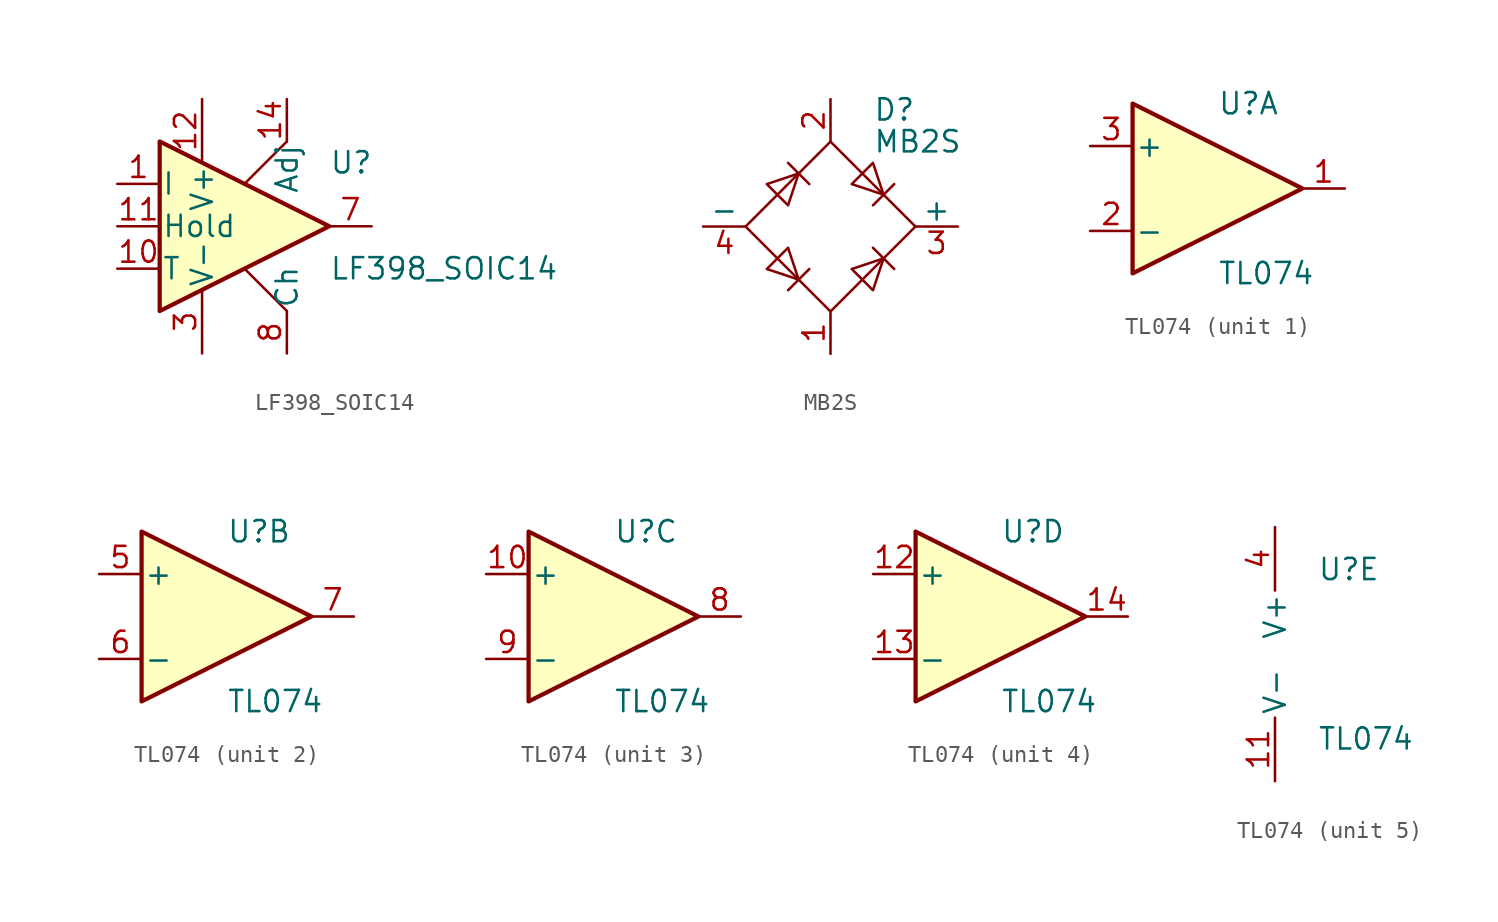
<source format=kicad_sym>
(kicad_symbol_lib
  (version 20201005)
  (generator kicad_symbol_editor)
  (symbol "custom_ic:LF398_SOIC14"
    (pin_names
      (offset 0.127))
    (property "Reference" "U"
      (at 5.08 3.81 0)
      (effects (font (size 1.27 1.27)) (justify left)))
    (property "Value" "LF398_SOIC14"
      (at 5.08 -2.54 0)
      (effects (font (size 1.27 1.27)) (justify left)))
    (symbol "LF398_SOIC14_0_1"
      (polyline (pts (xy 0 -2.54) (xy 2.54 -5.08)) (stroke (width 0)) (fill (type none)))
      (polyline (pts (xy 2.54 5.08) (xy 0 2.54)) (stroke (width 0)) (fill (type none)))
      (polyline (pts (xy -5.08 5.08) (xy 5.08 0) (xy -5.08 -5.08) (xy -5.08 5.08)) (stroke (width 0.254)) (fill (type background))))
    (symbol "LF398_SOIC14_1_1"
      (pin input line (at -7.62 2.54 0) (length 2.54) (name "I" (effects (font (size 1.27 1.27)))) (number "1" (effects (font (size 1.27 1.27)))))
      (pin passive line (at -7.62 -2.54 0) (length 2.54) (name "T" (effects (font (size 1.27 1.27)))) (number "10" (effects (font (size 1.27 1.27)))))
      (pin input line (at -7.62 0 0) (length 2.54) (name "Hold" (effects (font (size 1.27 1.27)))) (number "11" (effects (font (size 1.27 1.27)))))
      (pin passive line (at -2.54 7.62 270) (length 3.81) (name "V+" (effects (font (size 1.27 1.27)))) (number "12" (effects (font (size 1.27 1.27)))))
      (pin unconnected line (at 0 -2.54 90) (length 2.54) hide (name "NC" (effects (font (size 1.27 1.27)))) (number "13" (effects (font (size 1.27 1.27)))))
      (pin passive line (at 2.54 7.62 270) (length 2.54) (name "Adj" (effects (font (size 1.27 1.27)))) (number "14" (effects (font (size 1.27 1.27)))))
      (pin unconnected line (at -5.08 2.54 270) (length 2.54) hide (name "NC" (effects (font (size 1.27 1.27)))) (number "2" (effects (font (size 1.27 1.27)))))
      (pin passive line (at -2.54 -7.62 90) (length 3.81) (name "V-" (effects (font (size 1.27 1.27)))) (number "3" (effects (font (size 1.27 1.27)))))
      (pin unconnected line (at -2.54 2.54 270) (length 2.54) hide (name "NC" (effects (font (size 1.27 1.27)))) (number "4" (effects (font (size 1.27 1.27)))))
      (pin unconnected line (at -5.08 -2.54 90) (length 2.54) hide (name "NC" (effects (font (size 1.27 1.27)))) (number "5" (effects (font (size 1.27 1.27)))))
      (pin unconnected line (at -2.54 -2.54 90) (length 2.54) hide (name "NC" (effects (font (size 1.27 1.27)))) (number "6" (effects (font (size 1.27 1.27)))))
      (pin output line (at 7.62 0 180) (length 2.54) (name "~" (effects (font (size 1.27 1.27)))) (number "7" (effects (font (size 1.27 1.27)))))
      (pin passive line (at 2.54 -7.62 90) (length 2.54) (name "Ch" (effects (font (size 1.27 1.27)))) (number "8" (effects (font (size 1.27 1.27)))))
      (pin unconnected line (at 0 2.54 270) (length 2.54) hide (name "NC" (effects (font (size 1.27 1.27)))) (number "9" (effects (font (size 1.27 1.27)))))))
  (symbol "custom_ic:MB2S"
    (pin_names
      (offset 0))
    (property "Reference" "D"
      (at 2.54 6.985 0)
      (effects (font (size 1.27 1.27)) (justify left)))
    (property "Value" "MB2S"
      (at 2.54 5.08 0)
      (effects (font (size 1.27 1.27)) (justify left)))
    (symbol "MB2S_0_1"
      (polyline (pts (xy -2.54 3.81) (xy -1.27 2.54)) (stroke (width 0)) (fill (type none)))
      (polyline (pts (xy -1.27 -2.54) (xy -2.54 -3.81)) (stroke (width 0)) (fill (type none)))
      (polyline (pts (xy 2.54 -1.27) (xy 3.81 -2.54)) (stroke (width 0)) (fill (type none)))
      (polyline (pts (xy 2.54 1.27) (xy 3.81 2.54)) (stroke (width 0)) (fill (type none)))
      (polyline (pts (xy -3.81 2.54) (xy -2.54 1.27) (xy -1.905 3.175) (xy -3.81 2.54)) (stroke (width 0)) (fill (type none)))
      (polyline (pts (xy -2.54 -1.27) (xy -3.81 -2.54) (xy -1.905 -3.175) (xy -2.54 -1.27)) (stroke (width 0)) (fill (type none)))
      (polyline (pts (xy 1.27 2.54) (xy 2.54 3.81) (xy 3.175 1.905) (xy 1.27 2.54)) (stroke (width 0)) (fill (type none)))
      (polyline (pts (xy 3.175 -1.905) (xy 1.27 -2.54) (xy 2.54 -3.81) (xy 3.175 -1.905)) (stroke (width 0)) (fill (type none)))
      (polyline (pts (xy -5.08 0) (xy 0 -5.08) (xy 5.08 0) (xy 0 5.08) (xy -5.08 0)) (stroke (width 0)) (fill (type none))))
    (symbol "MB2S_1_1"
      (pin passive line (at 0 -7.62 90) (length 2.54) (name "~~" (effects (font (size 1.27 1.27)))) (number "1" (effects (font (size 1.27 1.27)))))
      (pin passive line (at 0 7.62 270) (length 2.54) (name "~~" (effects (font (size 1.27 1.27)))) (number "2" (effects (font (size 1.27 1.27)))))
      (pin passive line (at 7.62 0 180) (length 2.54) (name "+" (effects (font (size 1.27 1.27)))) (number "3" (effects (font (size 1.27 1.27)))))
      (pin passive line (at -7.62 0 0) (length 2.54) (name "-" (effects (font (size 1.27 1.27)))) (number "4" (effects (font (size 1.27 1.27)))))))
  (symbol "custom_ic:TL074"
    (pin_names
      (offset 0.127))
    (property "Reference" "U"
      (at 0 5.08 0)
      (effects (font (size 1.27 1.27)) (justify left)))
    (property "Value" "TL074"
      (at 0 -5.08 0)
      (effects (font (size 1.27 1.27)) (justify left)))
    (symbol "TL074_1_1"
      (polyline (pts (xy -5.08 5.08) (xy 5.08 0) (xy -5.08 -5.08) (xy -5.08 5.08)) (stroke (width 0.254)) (fill (type background)))
      (pin output line (at 7.62 0 180) (length 2.54) (name "~" (effects (font (size 1.27 1.27)))) (number "1" (effects (font (size 1.27 1.27)))))
      (pin input line (at -7.62 -2.54 0) (length 2.54) (name "-" (effects (font (size 1.27 1.27)))) (number "2" (effects (font (size 1.27 1.27)))))
      (pin input line (at -7.62 2.54 0) (length 2.54) (name "+" (effects (font (size 1.27 1.27)))) (number "3" (effects (font (size 1.27 1.27))))))
    (symbol "TL074_2_1"
      (polyline (pts (xy -5.08 5.08) (xy 5.08 0) (xy -5.08 -5.08) (xy -5.08 5.08)) (stroke (width 0.254)) (fill (type background)))
      (pin input line (at -7.62 2.54 0) (length 2.54) (name "+" (effects (font (size 1.27 1.27)))) (number "5" (effects (font (size 1.27 1.27)))))
      (pin input line (at -7.62 -2.54 0) (length 2.54) (name "-" (effects (font (size 1.27 1.27)))) (number "6" (effects (font (size 1.27 1.27)))))
      (pin output line (at 7.62 0 180) (length 2.54) (name "~" (effects (font (size 1.27 1.27)))) (number "7" (effects (font (size 1.27 1.27))))))
    (symbol "TL074_3_1"
      (polyline (pts (xy -5.08 5.08) (xy 5.08 0) (xy -5.08 -5.08) (xy -5.08 5.08)) (stroke (width 0.254)) (fill (type background)))
      (pin input line (at -7.62 2.54 0) (length 2.54) (name "+" (effects (font (size 1.27 1.27)))) (number "10" (effects (font (size 1.27 1.27)))))
      (pin output line (at 7.62 0 180) (length 2.54) (name "~" (effects (font (size 1.27 1.27)))) (number "8" (effects (font (size 1.27 1.27)))))
      (pin input line (at -7.62 -2.54 0) (length 2.54) (name "-" (effects (font (size 1.27 1.27)))) (number "9" (effects (font (size 1.27 1.27))))))
    (symbol "TL074_4_1"
      (polyline (pts (xy -5.08 5.08) (xy 5.08 0) (xy -5.08 -5.08) (xy -5.08 5.08)) (stroke (width 0.254)) (fill (type background)))
      (pin input line (at -7.62 2.54 0) (length 2.54) (name "+" (effects (font (size 1.27 1.27)))) (number "12" (effects (font (size 1.27 1.27)))))
      (pin input line (at -7.62 -2.54 0) (length 2.54) (name "-" (effects (font (size 1.27 1.27)))) (number "13" (effects (font (size 1.27 1.27)))))
      (pin output line (at 7.62 0 180) (length 2.54) (name "~" (effects (font (size 1.27 1.27)))) (number "14" (effects (font (size 1.27 1.27))))))
    (symbol "TL074_5_1"
      (pin power_in line (at -2.54 -7.62 90) (length 3.81) (name "V-" (effects (font (size 1.27 1.27)))) (number "11" (effects (font (size 1.27 1.27)))))
      (pin power_in line (at -2.54 7.62 270) (length 3.81) (name "V+" (effects (font (size 1.27 1.27)))) (number "4" (effects (font (size 1.27 1.27))))))))
</source>
